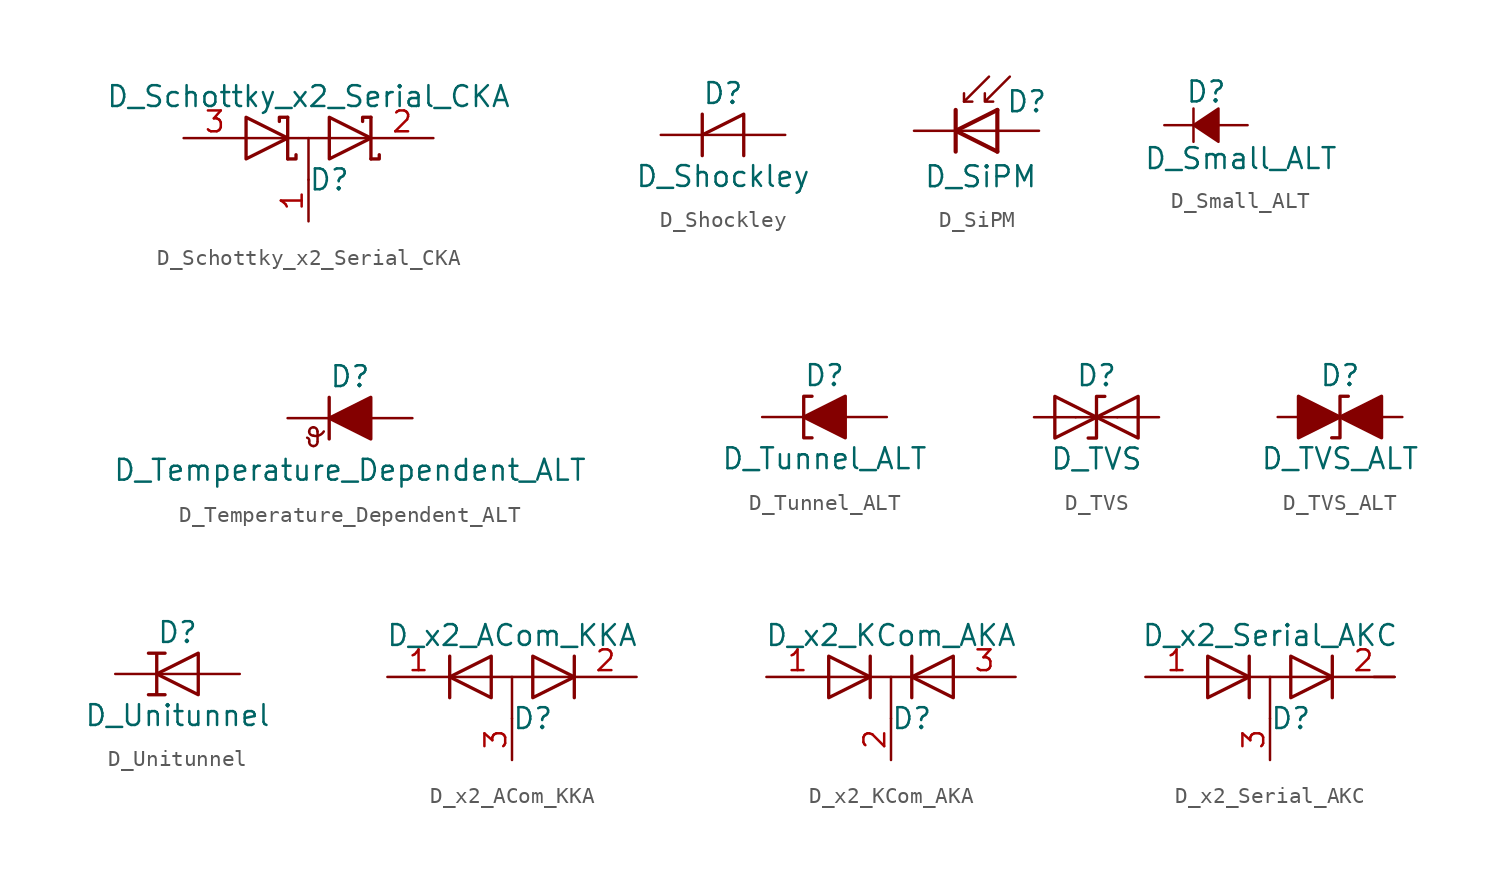
<source format=kicad_sym>
(kicad_symbol_lib
  (version 20211014)
  (generator kicad_symbol_editor)
  (symbol "D_Schottky_x2_Serial_CKA"
    (pin_names
      (offset 0.762) hide)
    (property "Reference" "D"
      (at 1.27 -2.54 0)
      (effects (font (size 1.27 1.27))))
    (property "Value" "D_Schottky_x2_Serial_CKA"
      (at 0 2.54 0)
      (effects (font (size 1.27 1.27))))
    (symbol "D_Schottky_x2_Serial_CKA_0_1"
      (polyline (pts (xy -3.81 0) (xy 3.81 0)) (stroke (width 0) (type default) (color 0 0 0 0)) (fill (type none)))
      (polyline (pts (xy 0 0) (xy 0 -2.54)) (stroke (width 0) (type default) (color 0 0 0 0)) (fill (type none)))
      (polyline (pts (xy -1.27 -1.27) (xy -1.27 1.27) (xy -1.27 1.27)) (stroke (width 0.203) (type default) (color 0 0 0 0)) (fill (type none)))
      (polyline (pts (xy 3.81 1.27) (xy 3.81 -1.27) (xy 3.81 -1.27)) (stroke (width 0.203) (type default) (color 0 0 0 0)) (fill (type none)))
      (polyline (pts (xy -1.27 -1.27) (xy -0.762 -1.27) (xy -0.762 -1.016) (xy -0.762 -1.016)) (stroke (width 0.203) (type default) (color 0 0 0 0)) (fill (type none)))
      (polyline (pts (xy 3.81 -1.27) (xy 4.318 -1.27) (xy 4.318 -1.016) (xy 4.318 -1.016)) (stroke (width 0.203) (type default) (color 0 0 0 0)) (fill (type none)))
      (polyline (pts (xy 3.81 1.27) (xy 3.302 1.27) (xy 3.302 1.016) (xy 3.302 1.016)) (stroke (width 0.203) (type default) (color 0 0 0 0)) (fill (type none)))
      (polyline (pts (xy -1.778 1.016) (xy -1.778 1.27) (xy -1.27 1.27) (xy -1.27 1.27) (xy -1.27 1.27)) (stroke (width 0.203) (type default) (color 0 0 0 0)) (fill (type none)))
      (polyline (pts (xy -3.81 1.27) (xy -1.27 0) (xy -3.81 -1.27) (xy -3.81 1.27) (xy -3.81 1.27) (xy -3.81 1.27)) (stroke (width 0.203) (type default) (color 0 0 0 0)) (fill (type none)))
      (polyline (pts (xy 1.27 1.27) (xy 3.81 0) (xy 1.27 -1.27) (xy 1.27 1.27) (xy 1.27 1.27) (xy 1.27 1.27)) (stroke (width 0.203) (type default) (color 0 0 0 0)) (fill (type none)))
      (pin passive line (at 0 -5.08 90) (length 2.54) (name "common" (effects (font (size 1.27 1.27)))) (number "1" (effects (font (size 1.27 1.27)))))
      (pin passive line (at 7.62 0 180) (length 3.81) (name "K" (effects (font (size 1.27 1.27)))) (number "2" (effects (font (size 1.27 1.27)))))
      (pin passive line (at -7.62 0 0) (length 3.81) (name "A" (effects (font (size 1.27 1.27)))) (number "3" (effects (font (size 1.27 1.27)))))))
  (symbol "D_Shockley"
    (pin_numbers hide)
    (pin_names
      (offset 1.016) hide)
    (property "Reference" "D"
      (at 0 2.54 0)
      (effects (font (size 1.27 1.27))))
    (property "Value" "D_Shockley"
      (at 0 -2.54 0)
      (effects (font (size 1.27 1.27))))
    (symbol "D_Shockley_0_1"
      (polyline (pts (xy -1.27 0) (xy 1.27 0)) (stroke (width 0) (type default) (color 0 0 0 0)) (fill (type none)))
      (polyline (pts (xy -1.27 1.27) (xy -1.27 -1.27)) (stroke (width 0.203) (type default) (color 0 0 0 0)) (fill (type none)))
      (polyline (pts (xy -1.27 0) (xy 1.27 1.27) (xy 1.27 -1.27)) (stroke (width 0.203) (type default) (color 0 0 0 0)) (fill (type none))))
    (symbol "D_Shockley_1_1"
      (pin passive line (at -3.81 0 0) (length 2.54) (name "K" (effects (font (size 1.27 1.27)))) (number "1" (effects (font (size 1.27 1.27)))))
      (pin passive line (at 3.81 0 180) (length 2.54) (name "A" (effects (font (size 1.27 1.27)))) (number "2" (effects (font (size 1.27 1.27)))))))
  (symbol "D_SiPM"
    (pin_numbers hide)
    (pin_names
      (offset 1.016) hide)
    (property "Reference" "D"
      (at 1.778 1.778 0)
      (effects (font (size 1.27 1.27)) (justify left)))
    (property "Value" "D_SiPM"
      (at 0.254 -2.794 0)
      (effects (font (size 1.27 1.27))))
    (symbol "D_SiPM_0_1"
      (polyline (pts (xy -1.27 0) (xy 1.27 0)) (stroke (width 0) (type default) (color 0 0 0 0)) (fill (type none)))
      (polyline (pts (xy -1.27 1.27) (xy -1.27 -1.27)) (stroke (width 0.254) (type default) (color 0 0 0 0)) (fill (type none)))
      (polyline (pts (xy -0.762 1.778) (xy -0.254 1.778)) (stroke (width 0) (type default) (color 0 0 0 0)) (fill (type none)))
      (polyline (pts (xy 1.27 1.27) (xy 1.27 -1.27)) (stroke (width 0.254) (type default) (color 0 0 0 0)) (fill (type none)))
      (polyline (pts (xy 0.762 3.302) (xy -0.762 1.778) (xy -0.762 2.286)) (stroke (width 0) (type default) (color 0 0 0 0)) (fill (type none)))
      (polyline (pts (xy 1.27 1.27) (xy -1.27 0) (xy 1.27 -1.27)) (stroke (width 0.254) (type default) (color 0 0 0 0)) (fill (type none)))
      (polyline (pts (xy 2.032 3.302) (xy 0.508 1.778) (xy 0.508 2.286) (xy 0.508 1.778) (xy 1.016 1.778)) (stroke (width 0) (type default) (color 0 0 0 0)) (fill (type none))))
    (symbol "D_SiPM_1_1"
      (pin passive line (at -3.81 0 0) (length 2.54) (name "K" (effects (font (size 1.27 1.27)))) (number "1" (effects (font (size 1.27 1.27)))))
      (pin passive line (at 3.81 0 180) (length 2.54) (name "A" (effects (font (size 1.27 1.27)))) (number "2" (effects (font (size 1.27 1.27)))))))
  (symbol "D_Small_ALT"
    (pin_numbers hide)
    (pin_names
      (offset 0.254) hide)
    (property "Reference" "D"
      (at -1.27 2.032 0)
      (effects (font (size 1.27 1.27)) (justify left)))
    (property "Value" "D_Small_ALT"
      (at -3.81 -2.032 0)
      (effects (font (size 1.27 1.27)) (justify left)))
    (symbol "D_Small_ALT_0_1"
      (polyline (pts (xy -0.762 -1.016) (xy -0.762 1.016)) (stroke (width 0) (type default) (color 0 0 0 0)) (fill (type none)))
      (polyline (pts (xy -0.762 0) (xy 0.762 0)) (stroke (width 0) (type default) (color 0 0 0 0)) (fill (type none)))
      (polyline (pts (xy 0.762 -1.016) (xy -0.762 0) (xy 0.762 1.016) (xy 0.762 -1.016)) (stroke (width 0) (type default) (color 0 0 0 0)) (fill (type outline))))
    (symbol "D_Small_ALT_1_1"
      (pin passive line (at -2.54 0 0) (length 1.778) (name "K" (effects (font (size 1.27 1.27)))) (number "1" (effects (font (size 1.27 1.27)))))
      (pin passive line (at 2.54 0 180) (length 1.778) (name "A" (effects (font (size 1.27 1.27)))) (number "2" (effects (font (size 1.27 1.27)))))))
  (symbol "D_Temperature_Dependent_ALT"
    (pin_numbers hide)
    (pin_names
      (offset 1.016) hide)
    (property "Reference" "D"
      (at 0 2.54 0)
      (effects (font (size 1.27 1.27))))
    (property "Value" "D_Temperature_Dependent_ALT"
      (at 0 -3.175 0)
      (effects (font (size 1.27 1.27))))
    (symbol "D_Temperature_Dependent_ALT_0_1"
      (arc (start -2.4892 -1.4478) (mid -2.4907 -1.2925) (end -2.6162 -1.1938) (stroke (width 0) (type default) (color 0 0 0 0)) (fill (type none)))
      (arc (start -2.4892 -1.4478) (mid -2.4148 -1.6274) (end -2.2352 -1.7018) (stroke (width 0) (type default) (color 0 0 0 0)) (fill (type none)))
      (arc (start -2.4892 -0.8128) (mid -2.4148 -0.9924) (end -2.2352 -1.0668) (stroke (width 0) (type default) (color 0 0 0 0)) (fill (type none)))
      (arc (start -2.2352 -1.7018) (mid -2.0556 -1.6274) (end -1.9812 -1.4478) (stroke (width 0) (type default) (color 0 0 0 0)) (fill (type none)))
      (arc (start -2.2352 -1.0668) (mid -1.8805 -1.0481) (end -1.6002 -0.8128) (stroke (width 0) (type default) (color 0 0 0 0)) (fill (type none)))
      (arc (start -2.2352 -0.5588) (mid -2.4148 -0.6332) (end -2.4892 -0.8128) (stroke (width 0) (type default) (color 0 0 0 0)) (fill (type none)))
      (arc (start -1.9812 -0.8128) (mid -2.0556 -0.6332) (end -2.2352 -0.5588) (stroke (width 0) (type default) (color 0 0 0 0)) (fill (type none)))
      (polyline (pts (xy -1.981 -1.422) (xy -1.981 -0.813)) (stroke (width 0) (type default) (color 0 0 0 0)) (fill (type none)))
      (polyline (pts (xy -1.27 1.27) (xy -1.27 -1.27)) (stroke (width 0.203) (type default) (color 0 0 0 0)) (fill (type none)))
      (polyline (pts (xy 1.27 0) (xy -1.27 0)) (stroke (width 0) (type default) (color 0 0 0 0)) (fill (type none)))
      (polyline (pts (xy 1.27 -1.27) (xy 1.27 1.27) (xy -1.27 0) (xy 1.27 -1.27)) (stroke (width 0.203) (type default) (color 0 0 0 0)) (fill (type outline))))
    (symbol "D_Temperature_Dependent_ALT_1_1"
      (pin passive line (at -3.81 0 0) (length 2.54) (name "K" (effects (font (size 1.27 1.27)))) (number "1" (effects (font (size 1.27 1.27)))))
      (pin passive line (at 3.81 0 180) (length 2.54) (name "A" (effects (font (size 1.27 1.27)))) (number "2" (effects (font (size 1.27 1.27)))))))
  (symbol "D_Tunnel_ALT"
    (pin_numbers hide)
    (pin_names
      (offset 1.016) hide)
    (property "Reference" "D"
      (at 0 2.54 0)
      (effects (font (size 1.27 1.27))))
    (property "Value" "D_Tunnel_ALT"
      (at 0 -2.54 0)
      (effects (font (size 1.27 1.27))))
    (symbol "D_Tunnel_ALT_0_1"
      (polyline (pts (xy 1.27 0) (xy -1.27 0)) (stroke (width 0) (type default) (color 0 0 0 0)) (fill (type none)))
      (polyline (pts (xy -0.762 1.27) (xy -1.27 1.27) (xy -1.27 -1.27) (xy -0.762 -1.27)) (stroke (width 0.203) (type default) (color 0 0 0 0)) (fill (type none)))
      (polyline (pts (xy 1.27 -1.27) (xy 1.27 1.27) (xy -1.27 0) (xy 1.27 -1.27)) (stroke (width 0.203) (type default) (color 0 0 0 0)) (fill (type outline))))
    (symbol "D_Tunnel_ALT_1_1"
      (pin passive line (at -3.81 0 0) (length 2.54) (name "K" (effects (font (size 1.27 1.27)))) (number "1" (effects (font (size 1.27 1.27)))))
      (pin passive line (at 3.81 0 180) (length 2.54) (name "A" (effects (font (size 1.27 1.27)))) (number "2" (effects (font (size 1.27 1.27)))))))
  (symbol "D_TVS"
    (pin_numbers hide)
    (pin_names
      (offset 1.016) hide)
    (property "Reference" "D"
      (at 0 2.54 0)
      (effects (font (size 1.27 1.27))))
    (property "Value" "D_TVS"
      (at 0 -2.54 0)
      (effects (font (size 1.27 1.27))))
    (symbol "D_TVS_0_1"
      (polyline (pts (xy 1.27 0) (xy -1.27 0)) (stroke (width 0) (type default) (color 0 0 0 0)) (fill (type none)))
      (polyline (pts (xy -2.54 -1.27) (xy 0 0) (xy -2.54 1.27) (xy -2.54 -1.27)) (stroke (width 0.203) (type default) (color 0 0 0 0)) (fill (type none)))
      (polyline (pts (xy 0.508 1.27) (xy 0 1.27) (xy 0 -1.27) (xy -0.508 -1.27)) (stroke (width 0.203) (type default) (color 0 0 0 0)) (fill (type none)))
      (polyline (pts (xy 2.54 1.27) (xy 2.54 -1.27) (xy 0 0) (xy 2.54 1.27)) (stroke (width 0.203) (type default) (color 0 0 0 0)) (fill (type none))))
    (symbol "D_TVS_1_1"
      (pin passive line (at -3.81 0 0) (length 2.54) (name "A1" (effects (font (size 1.27 1.27)))) (number "1" (effects (font (size 1.27 1.27)))))
      (pin passive line (at 3.81 0 180) (length 2.54) (name "A2" (effects (font (size 1.27 1.27)))) (number "2" (effects (font (size 1.27 1.27)))))))
  (symbol "D_TVS_ALT"
    (pin_numbers hide)
    (pin_names
      (offset 1.016) hide)
    (property "Reference" "D"
      (at 0 2.54 0)
      (effects (font (size 1.27 1.27))))
    (property "Value" "D_TVS_ALT"
      (at 0 -2.54 0)
      (effects (font (size 1.27 1.27))))
    (symbol "D_TVS_ALT_0_1"
      (polyline (pts (xy 1.27 0) (xy -1.27 0)) (stroke (width 0) (type default) (color 0 0 0 0)) (fill (type none)))
      (polyline (pts (xy -2.54 -1.27) (xy 0 0) (xy -2.54 1.27) (xy -2.54 -1.27)) (stroke (width 0.203) (type default) (color 0 0 0 0)) (fill (type outline)))
      (polyline (pts (xy 0.508 1.27) (xy 0 1.27) (xy 0 -1.27) (xy -0.508 -1.27)) (stroke (width 0.203) (type default) (color 0 0 0 0)) (fill (type none)))
      (polyline (pts (xy 2.54 1.27) (xy 2.54 -1.27) (xy 0 0) (xy 2.54 1.27)) (stroke (width 0.203) (type default) (color 0 0 0 0)) (fill (type outline))))
    (symbol "D_TVS_ALT_1_1"
      (pin passive line (at -3.81 0 0) (length 2.54) (name "A1" (effects (font (size 1.27 1.27)))) (number "1" (effects (font (size 1.27 1.27)))))
      (pin passive line (at 3.81 0 180) (length 2.54) (name "A2" (effects (font (size 1.27 1.27)))) (number "2" (effects (font (size 1.27 1.27)))))))
  (symbol "D_Unitunnel"
    (pin_numbers hide)
    (pin_names
      (offset 1.016) hide)
    (property "Reference" "D"
      (at 0 2.54 0)
      (effects (font (size 1.27 1.27))))
    (property "Value" "D_Unitunnel"
      (at 0 -2.54 0)
      (effects (font (size 1.27 1.27))))
    (symbol "D_Unitunnel_0_1"
      (polyline (pts (xy 1.27 0) (xy -1.27 0)) (stroke (width 0) (type default) (color 0 0 0 0)) (fill (type none)))
      (polyline (pts (xy 1.27 -1.27) (xy 1.27 1.27) (xy -1.27 0) (xy 1.27 -1.27)) (stroke (width 0.203) (type default) (color 0 0 0 0)) (fill (type none)))
      (polyline (pts (xy -1.778 -1.27) (xy -0.762 -1.27) (xy -1.27 -1.27) (xy -1.27 1.27) (xy -0.762 1.27) (xy -1.778 1.27)) (stroke (width 0.203) (type default) (color 0 0 0 0)) (fill (type none))))
    (symbol "D_Unitunnel_1_1"
      (pin passive line (at -3.81 0 0) (length 2.54) (name "K" (effects (font (size 1.27 1.27)))) (number "1" (effects (font (size 1.27 1.27)))))
      (pin passive line (at 3.81 0 180) (length 2.54) (name "A" (effects (font (size 1.27 1.27)))) (number "2" (effects (font (size 1.27 1.27)))))))
  (symbol "D_x2_ACom_KKA"
    (pin_names
      (offset 0.762) hide)
    (property "Reference" "D"
      (at 1.27 -2.54 0)
      (effects (font (size 1.27 1.27))))
    (property "Value" "D_x2_ACom_KKA"
      (at 0 2.54 0)
      (effects (font (size 1.27 1.27))))
    (symbol "D_x2_ACom_KKA_0_1"
      (polyline (pts (xy -3.81 0) (xy 3.81 0)) (stroke (width 0) (type default) (color 0 0 0 0)) (fill (type none)))
      (polyline (pts (xy 0 0) (xy 0 -2.54)) (stroke (width 0) (type default) (color 0 0 0 0)) (fill (type none)))
      (polyline (pts (xy -3.81 1.27) (xy -3.81 -1.27) (xy -3.81 -1.27)) (stroke (width 0.203) (type default) (color 0 0 0 0)) (fill (type none)))
      (polyline (pts (xy 3.81 1.27) (xy 3.81 -1.27) (xy 3.81 -1.27)) (stroke (width 0.203) (type default) (color 0 0 0 0)) (fill (type none)))
      (polyline (pts (xy -1.27 -1.27) (xy -3.81 0) (xy -1.27 1.27) (xy -1.27 -1.27) (xy -1.27 -1.27) (xy -1.27 -1.27)) (stroke (width 0.203) (type default) (color 0 0 0 0)) (fill (type none)))
      (polyline (pts (xy 1.27 1.27) (xy 3.81 0) (xy 1.27 -1.27) (xy 1.27 1.27) (xy 1.27 1.27) (xy 1.27 1.27)) (stroke (width 0.203) (type default) (color 0 0 0 0)) (fill (type none)))
      (pin passive line (at -7.62 0 0) (length 3.81) (name "K" (effects (font (size 1.27 1.27)))) (number "1" (effects (font (size 1.27 1.27)))))
      (pin passive line (at 7.62 0 180) (length 3.81) (name "K" (effects (font (size 1.27 1.27)))) (number "2" (effects (font (size 1.27 1.27)))))
      (pin passive line (at 0 -5.08 90) (length 2.54) (name "A" (effects (font (size 1.27 1.27)))) (number "3" (effects (font (size 1.27 1.27)))))))
  (symbol "D_x2_KCom_AKA"
    (pin_names
      (offset 0.762) hide)
    (property "Reference" "D"
      (at 1.27 -2.54 0)
      (effects (font (size 1.27 1.27))))
    (property "Value" "D_x2_KCom_AKA"
      (at 0 2.54 0)
      (effects (font (size 1.27 1.27))))
    (symbol "D_x2_KCom_AKA_0_1"
      (polyline (pts (xy 0 0) (xy 0 -2.54)) (stroke (width 0) (type default) (color 0 0 0 0)) (fill (type none)))
      (polyline (pts (xy 3.81 0) (xy -3.81 0)) (stroke (width 0) (type default) (color 0 0 0 0)) (fill (type none)))
      (polyline (pts (xy -1.27 -1.27) (xy -1.27 1.27) (xy -1.27 1.27)) (stroke (width 0.203) (type default) (color 0 0 0 0)) (fill (type none)))
      (polyline (pts (xy 1.27 -1.27) (xy 1.27 1.27) (xy 1.27 1.27)) (stroke (width 0.203) (type default) (color 0 0 0 0)) (fill (type none)))
      (polyline (pts (xy -3.81 1.27) (xy -1.27 0) (xy -3.81 -1.27) (xy -3.81 1.27) (xy -3.81 1.27) (xy -3.81 1.27)) (stroke (width 0.203) (type default) (color 0 0 0 0)) (fill (type none)))
      (polyline (pts (xy 3.81 -1.27) (xy 1.27 0) (xy 3.81 1.27) (xy 3.81 -1.27) (xy 3.81 -1.27) (xy 3.81 -1.27)) (stroke (width 0.203) (type default) (color 0 0 0 0)) (fill (type none)))
      (pin passive line (at -7.62 0 0) (length 3.81) (name "A" (effects (font (size 1.27 1.27)))) (number "1" (effects (font (size 1.27 1.27)))))
      (pin passive line (at 0 -5.08 90) (length 2.54) (name "K" (effects (font (size 1.27 1.27)))) (number "2" (effects (font (size 1.27 1.27)))))
      (pin passive line (at 7.62 0 180) (length 3.81) (name "A" (effects (font (size 1.27 1.27)))) (number "3" (effects (font (size 1.27 1.27)))))))
  (symbol "D_x2_Serial_AKC"
    (pin_names
      (offset 0.762) hide)
    (property "Reference" "D"
      (at 1.27 -2.54 0)
      (effects (font (size 1.27 1.27))))
    (property "Value" "D_x2_Serial_AKC"
      (at 0 2.54 0)
      (effects (font (size 1.27 1.27))))
    (symbol "D_x2_Serial_AKC_0_1"
      (polyline (pts (xy -3.81 0) (xy 3.81 0)) (stroke (width 0) (type default) (color 0 0 0 0)) (fill (type none)))
      (polyline (pts (xy 0 0) (xy 0 -2.54)) (stroke (width 0) (type default) (color 0 0 0 0)) (fill (type none)))
      (polyline (pts (xy 6.35 0) (xy 7.62 0)) (stroke (width 0) (type default) (color 0 0 0 0)) (fill (type none)))
      (polyline (pts (xy -1.27 -1.27) (xy -1.27 1.27) (xy -1.27 1.27)) (stroke (width 0.203) (type default) (color 0 0 0 0)) (fill (type none)))
      (polyline (pts (xy 3.81 1.27) (xy 3.81 -1.27) (xy 3.81 -1.27)) (stroke (width 0.203) (type default) (color 0 0 0 0)) (fill (type none)))
      (polyline (pts (xy -3.81 1.27) (xy -1.27 0) (xy -3.81 -1.27) (xy -3.81 1.27) (xy -3.81 1.27) (xy -3.81 1.27)) (stroke (width 0.203) (type default) (color 0 0 0 0)) (fill (type none)))
      (polyline (pts (xy 1.27 1.27) (xy 3.81 0) (xy 1.27 -1.27) (xy 1.27 1.27) (xy 1.27 1.27) (xy 1.27 1.27)) (stroke (width 0.203) (type default) (color 0 0 0 0)) (fill (type none)))
      (pin passive line (at -7.62 0 0) (length 3.81) (name "A" (effects (font (size 1.27 1.27)))) (number "1" (effects (font (size 1.27 1.27)))))
      (pin passive line (at 7.62 0 180) (length 3.81) (name "K" (effects (font (size 1.27 1.27)))) (number "2" (effects (font (size 1.27 1.27)))))
      (pin passive line (at 0 -5.08 90) (length 2.54) (name "common" (effects (font (size 1.27 1.27)))) (number "3" (effects (font (size 1.27 1.27))))))))
</source>
